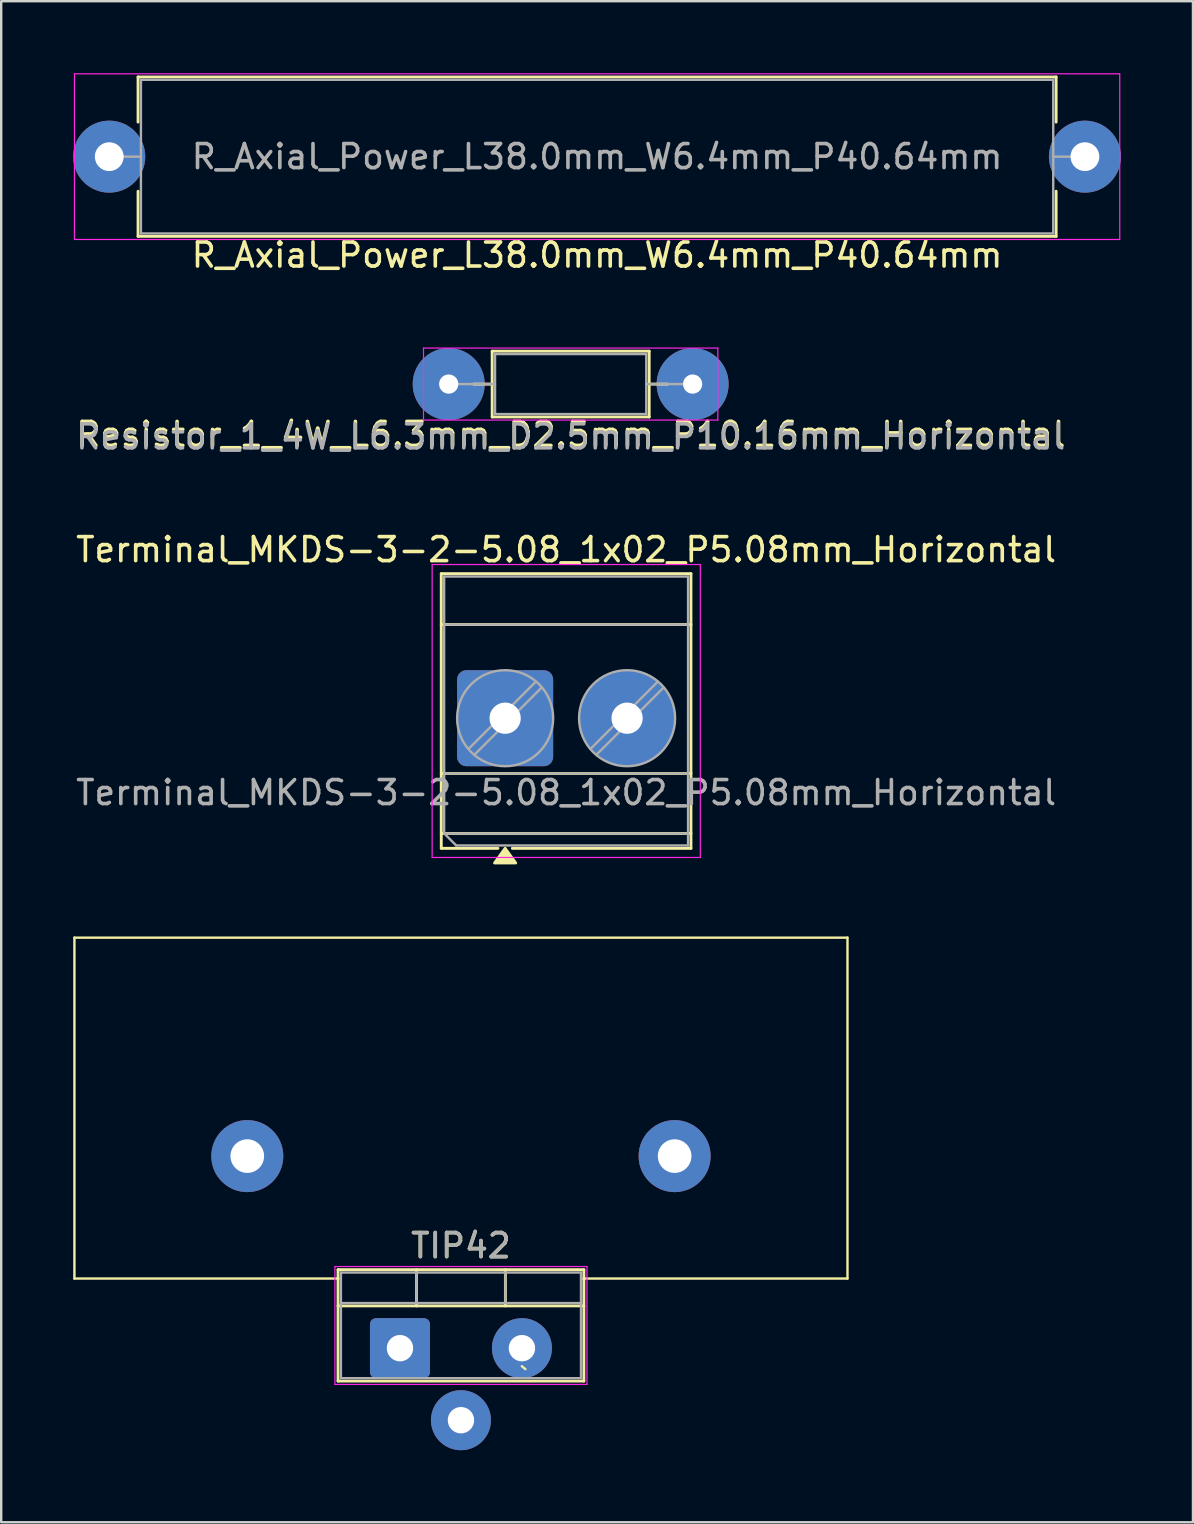
<source format=kicad_pcb>
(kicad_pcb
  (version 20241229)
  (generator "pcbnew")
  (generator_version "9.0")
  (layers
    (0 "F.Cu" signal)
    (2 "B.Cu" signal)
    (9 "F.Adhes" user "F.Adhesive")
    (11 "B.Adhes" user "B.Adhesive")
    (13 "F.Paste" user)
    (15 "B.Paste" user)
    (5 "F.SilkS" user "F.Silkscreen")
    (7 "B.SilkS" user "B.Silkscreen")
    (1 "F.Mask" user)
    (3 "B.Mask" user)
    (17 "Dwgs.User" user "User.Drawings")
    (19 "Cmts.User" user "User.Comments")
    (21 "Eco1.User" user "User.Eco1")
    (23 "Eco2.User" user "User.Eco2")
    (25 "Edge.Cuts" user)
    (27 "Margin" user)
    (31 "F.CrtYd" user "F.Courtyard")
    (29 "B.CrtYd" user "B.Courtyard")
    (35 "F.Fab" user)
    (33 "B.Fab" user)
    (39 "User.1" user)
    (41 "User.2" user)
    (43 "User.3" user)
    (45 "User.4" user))
  (footprint "TIP42"
    (layer "F.Cu")
    (at 16.15 53.105)
    (property "Reference" "TIP42" (at 0 -4.27 0) (layer "F.SilkS") (effects (font (size 1 1) (thickness 0.15))))
    (attr through_hole)
    (fp_line (start -16.1 -17.1) (end 16.1 -17.1) (stroke (width 0.1) (type default)) (layer "F.SilkS"))
    (fp_line (start -16.1 -2.9) (end -16.1 -17.1) (stroke (width 0.1) (type default)) (layer "F.SilkS"))
    (fp_line (start -5.12 -3.27) (end -5.12 1.371) (stroke (width 0.12) (type solid)) (layer "F.SilkS"))
    (fp_line (start -5.12 -3.27) (end 5.12 -3.27) (stroke (width 0.12) (type solid)) (layer "F.SilkS"))
    (fp_line (start -5.12 -1.76) (end 5.12 -1.76) (stroke (width 0.12) (type solid)) (layer "F.SilkS"))
    (fp_line (start -5.12 1.371) (end 5.12 1.371) (stroke (width 0.12) (type solid)) (layer "F.SilkS"))
    (fp_line (start -5.1 -2.9) (end -16.1 -2.9) (stroke (width 0.1) (type default)) (layer "F.SilkS"))
    (fp_line (start -1.85 -3.27) (end -1.85 -1.76) (stroke (width 0.12) (type solid)) (layer "F.SilkS"))
    (fp_line (start 1.851 -3.27) (end 1.851 -1.76) (stroke (width 0.12) (type solid)) (layer "F.SilkS"))
    (fp_line (start 2.535 0.75) (end 2.685 0.875) (stroke (width 0.1) (type default)) (layer "F.SilkS"))
    (fp_line (start 5.1 -2.9) (end 16.1 -2.9) (stroke (width 0.1) (type default)) (layer "F.SilkS"))
    (fp_line (start 5.12 -3.27) (end 5.12 1.371) (stroke (width 0.12) (type solid)) (layer "F.SilkS"))
    (fp_line (start 16.1 -2.9) (end 16.1 -17.1) (stroke (width 0.1) (type default)) (layer "F.SilkS"))
    (fp_circle (center 2.54 0) (end 2.165 -0.207) (stroke (width 0.1) (type default)) (fill no) (layer "F.SilkS"))
    (fp_line (start -5.25 -3.4) (end -5.25 1.51) (stroke (width 0.05) (type solid)) (layer "F.CrtYd"))
    (fp_line (start -5.25 1.51) (end 5.25 1.51) (stroke (width 0.05) (type solid)) (layer "F.CrtYd"))
    (fp_line (start 5.25 -3.4) (end -5.25 -3.4) (stroke (width 0.05) (type solid)) (layer "F.CrtYd"))
    (fp_line (start 5.25 1.51) (end 5.25 -3.4) (stroke (width 0.05) (type solid)) (layer "F.CrtYd"))
    (fp_line (start -5 -3.15) (end -5 1.25) (stroke (width 0.1) (type solid)) (layer "F.Fab"))
    (fp_line (start -5 -1.88) (end 5 -1.88) (stroke (width 0.1) (type solid)) (layer "F.Fab"))
    (fp_line (start -5 1.25) (end 5 1.25) (stroke (width 0.1) (type solid)) (layer "F.Fab"))
    (fp_line (start -1.85 -3.15) (end -1.85 -1.88) (stroke (width 0.1) (type solid)) (layer "F.Fab"))
    (fp_line (start 1.85 -3.15) (end 1.85 -1.88) (stroke (width 0.1) (type solid)) (layer "F.Fab"))
    (fp_line (start 5 -3.15) (end -5 -3.15) (stroke (width 0.1) (type solid)) (layer "F.Fab"))
    (fp_line (start 5 1.25) (end 5 -3.15) (stroke (width 0.1) (type solid)) (layer "F.Fab"))
    (fp_text user "${REFERENCE}" (at 0 -4.27 0) (layer "F.Fab") (effects (font (size 1 1) (thickness 0.15))))
    (pad "1" thru_hole roundrect (at -2.54 0) (size 2.5 2.5) (drill 1.1) (layers "*.Cu" "*.Mask") (roundrect_rratio 0.1))
    (pad "2" thru_hole oval (at 0 3) (size 2.5 2.5) (drill 1.1) (layers "*.Cu" "*.Mask"))
    (pad "3" thru_hole circle (at 2.54 0) (size 2.5 2.5) (drill 1.1) (layers "*.Cu" "*.Mask"))
    (pad "4" thru_hole circle (at -8.9 -8) (size 3 3) (drill 1.4) (layers "*.Cu" "*.Mask"))
    (pad "5" thru_hole circle (at 8.9 -8) (size 3 3) (drill 1.4) (layers "*.Cu" "*.Mask")))
  (footprint "R_Axial_Power_L38.0mm_W6.4mm_P40.64mm"
    (layer "F.Cu")
    (at 21.82 3.475)
    (property "Reference" "R_Axial_Power_L38.0mm_W6.4mm_P40.64mm" (at 0 4.1 0) (layer "F.SilkS") (effects (font (size 1 1) (thickness 0.15))))
    (attr through_hole)
    (fp_line (start -19.12 -3.32) (end 19.12 -3.32) (stroke (width 0.12) (type solid)) (layer "F.SilkS"))
    (fp_line (start -19.12 -1.44) (end -19.12 -3.32) (stroke (width 0.12) (type solid)) (layer "F.SilkS"))
    (fp_line (start -19.12 1.44) (end -19.12 3.32) (stroke (width 0.12) (type solid)) (layer "F.SilkS"))
    (fp_line (start -19.12 3.32) (end 19.12 3.32) (stroke (width 0.12) (type solid)) (layer "F.SilkS"))
    (fp_line (start 19.12 -3.32) (end 19.12 -1.44) (stroke (width 0.12) (type solid)) (layer "F.SilkS"))
    (fp_line (start 19.12 3.32) (end 19.12 1.44) (stroke (width 0.12) (type solid)) (layer "F.SilkS"))
    (fp_line (start -21.77 -3.45) (end -21.77 3.45) (stroke (width 0.05) (type solid)) (layer "F.CrtYd"))
    (fp_line (start -21.77 3.45) (end 21.77 3.45) (stroke (width 0.05) (type solid)) (layer "F.CrtYd"))
    (fp_line (start 21.77 -3.45) (end -21.77 -3.45) (stroke (width 0.05) (type solid)) (layer "F.CrtYd"))
    (fp_line (start 21.77 3.45) (end 21.77 -3.45) (stroke (width 0.05) (type solid)) (layer "F.CrtYd"))
    (fp_line (start -20.32 0) (end -19 0) (stroke (width 0.1) (type solid)) (layer "F.Fab"))
    (fp_line (start -19 -3.2) (end -19 3.2) (stroke (width 0.1) (type solid)) (layer "F.Fab"))
    (fp_line (start -19 3.2) (end 19 3.2) (stroke (width 0.1) (type solid)) (layer "F.Fab"))
    (fp_line (start 19 -3.2) (end -19 -3.2) (stroke (width 0.1) (type solid)) (layer "F.Fab"))
    (fp_line (start 19 3.2) (end 19 -3.2) (stroke (width 0.1) (type solid)) (layer "F.Fab"))
    (fp_line (start 20.32 0) (end 19 0) (stroke (width 0.1) (type solid)) (layer "F.Fab"))
    (fp_text user "${REFERENCE}" (at 0 0 0) (layer "F.Fab") (effects (font (size 1 1) (thickness 0.15))))
    (pad "1" thru_hole circle (at -20.32 0) (size 3 3) (drill 1.2) (layers "*.Cu" "*.Mask"))
    (pad "2" thru_hole circle (at 20.32 0) (size 3 3) (drill 1.2) (layers "*.Cu" "*.Mask")))
  (footprint "Terminal_MKDS-3-2-5.08_1x02_P5.08mm_Horizontal"
    (layer "F.Cu")
    (at 17.99 26.865)
    (property "Reference" "Terminal_MKDS-3-2-5.08_1x02_P5.08mm_Horizontal" (at 2.54 -7.02 0) (layer "F.SilkS") (effects (font (size 1 1) (thickness 0.15))))
    (attr through_hole)
    (fp_line (start -2.66 -6.02) (end -2.66 5.42) (stroke (width 0.12) (type solid)) (layer "F.SilkS"))
    (fp_line (start -2.66 -6.02) (end 7.74 -6.02) (stroke (width 0.12) (type solid)) (layer "F.SilkS"))
    (fp_line (start -2.66 -3.9) (end 7.74 -3.9) (stroke (width 0.12) (type solid)) (layer "F.SilkS"))
    (fp_line (start -2.66 2.3) (end 7.74 2.3) (stroke (width 0.12) (type solid)) (layer "F.SilkS"))
    (fp_line (start -2.66 4.8) (end 7.74 4.8) (stroke (width 0.12) (type solid)) (layer "F.SilkS"))
    (fp_line (start -2.66 5.42) (end -0.3 5.42) (stroke (width 0.12) (type solid)) (layer "F.SilkS"))
    (fp_line (start 0.3 5.42) (end 7.74 5.42) (stroke (width 0.12) (type solid)) (layer "F.SilkS"))
    (fp_line (start 7.74 -6.02) (end 7.74 5.42) (stroke (width 0.12) (type solid)) (layer "F.SilkS"))
    (fp_poly (pts (xy 0 5.42) (xy 0.44 6.03) (xy -0.44 6.03)) (stroke (width 0.12) (type solid)) (fill yes) (layer "F.SilkS"))
    (fp_line (start -3.04 -6.4) (end -3.04 5.8) (stroke (width 0.05) (type solid)) (layer "F.CrtYd"))
    (fp_line (start -3.04 5.8) (end 8.13 5.8) (stroke (width 0.05) (type solid)) (layer "F.CrtYd"))
    (fp_line (start 8.13 -6.4) (end -3.04 -6.4) (stroke (width 0.05) (type solid)) (layer "F.CrtYd"))
    (fp_line (start 8.13 5.8) (end 8.13 -6.4) (stroke (width 0.05) (type solid)) (layer "F.CrtYd"))
    (fp_line (start -2.54 -5.9) (end 7.62 -5.9) (stroke (width 0.1) (type solid)) (layer "F.Fab"))
    (fp_line (start -2.54 -3.9) (end 7.62 -3.9) (stroke (width 0.1) (type solid)) (layer "F.Fab"))
    (fp_line (start -2.54 2.3) (end 7.62 2.3) (stroke (width 0.1) (type solid)) (layer "F.Fab"))
    (fp_line (start -2.54 4.8) (end -2.54 -5.9) (stroke (width 0.1) (type solid)) (layer "F.Fab"))
    (fp_line (start -2.54 4.8) (end 7.62 4.8) (stroke (width 0.1) (type solid)) (layer "F.Fab"))
    (fp_line (start -2.04 5.3) (end -2.54 4.8) (stroke (width 0.1) (type solid)) (layer "F.Fab"))
    (fp_line (start 1.273 -1.517) (end -1.517 1.272) (stroke (width 0.1) (type solid)) (layer "F.Fab"))
    (fp_line (start 1.517 -1.273) (end -1.273 1.517) (stroke (width 0.1) (type solid)) (layer "F.Fab"))
    (fp_line (start 6.353 -1.517) (end 3.563 1.272) (stroke (width 0.1) (type solid)) (layer "F.Fab"))
    (fp_line (start 6.597 -1.273) (end 3.807 1.517) (stroke (width 0.1) (type solid)) (layer "F.Fab"))
    (fp_line (start 7.62 -5.9) (end 7.62 5.3) (stroke (width 0.1) (type solid)) (layer "F.Fab"))
    (fp_line (start 7.62 5.3) (end -2.04 5.3) (stroke (width 0.1) (type solid)) (layer "F.Fab"))
    (fp_circle (center 0 0) (end 2 0) (stroke (width 0.1) (type solid)) (fill no) (layer "F.Fab"))
    (fp_circle (center 5.08 0) (end 7.08 0) (stroke (width 0.1) (type solid)) (fill no) (layer "F.Fab"))
    (fp_text user "${REFERENCE}" (at 2.54 3.1 0) (layer "F.Fab") (effects (font (size 1 1) (thickness 0.15))))
    (pad "1" thru_hole roundrect (at 0 0) (size 4 4) (drill 1.3) (layers "*.Cu" "*.Mask") (roundrect_rratio 0.096))
    (pad "2" thru_hole circle (at 5.08 0) (size 4 4) (drill 1.3) (layers "*.Cu" "*.Mask")))
  (footprint "Resistor_1_4W_L6.3mm_D2.5mm_P10.16mm_Horizontal"
    (layer "F.Cu")
    (at 20.72 12.948)
    (property "Reference" "Resistor_1_4W_L6.3mm_D2.5mm_P10.16mm_Horizontal" (at 0.01 2.1 0) (layer "F.SilkS") (effects (font (size 1 1) (thickness 0.15))))
    (attr through_hole)
    (fp_line (start -4.04 0) (end -3.27 0) (stroke (width 0.12) (type solid)) (layer "F.SilkS"))
    (fp_line (start -3.27 -1.37) (end -3.27 1.37) (stroke (width 0.12) (type solid)) (layer "F.SilkS"))
    (fp_line (start -3.27 1.37) (end 3.27 1.37) (stroke (width 0.12) (type solid)) (layer "F.SilkS"))
    (fp_line (start 3.27 -1.37) (end -3.27 -1.37) (stroke (width 0.12) (type solid)) (layer "F.SilkS"))
    (fp_line (start 3.27 1.37) (end 3.27 -1.37) (stroke (width 0.12) (type solid)) (layer "F.SilkS"))
    (fp_line (start 4.04 0) (end 3.27 0) (stroke (width 0.12) (type solid)) (layer "F.SilkS"))
    (fp_line (start -6.13 -1.5) (end -6.13 1.5) (stroke (width 0.05) (type solid)) (layer "F.CrtYd"))
    (fp_line (start -6.13 1.5) (end 6.13 1.5) (stroke (width 0.05) (type solid)) (layer "F.CrtYd"))
    (fp_line (start 6.13 -1.5) (end -6.13 -1.5) (stroke (width 0.05) (type solid)) (layer "F.CrtYd"))
    (fp_line (start 6.13 1.5) (end 6.13 -1.5) (stroke (width 0.05) (type solid)) (layer "F.CrtYd"))
    (fp_line (start -5.08 0) (end -3.15 0) (stroke (width 0.1) (type solid)) (layer "F.Fab"))
    (fp_line (start -3.15 -1.25) (end -3.15 1.25) (stroke (width 0.1) (type solid)) (layer "F.Fab"))
    (fp_line (start -3.15 1.25) (end 3.15 1.25) (stroke (width 0.1) (type solid)) (layer "F.Fab"))
    (fp_line (start 3.15 -1.25) (end -3.15 -1.25) (stroke (width 0.1) (type solid)) (layer "F.Fab"))
    (fp_line (start 3.15 1.25) (end 3.15 -1.25) (stroke (width 0.1) (type solid)) (layer "F.Fab"))
    (fp_line (start 5.08 0) (end 3.15 0) (stroke (width 0.1) (type solid)) (layer "F.Fab"))
    (fp_text user "${REFERENCE}" (at 0 2.2 0) (layer "F.Fab") (effects (font (size 1 1) (thickness 0.15))))
    (pad "1" thru_hole circle (at -5.08 0) (size 3 3) (drill 0.8) (layers "*.Cu" "*.Mask"))
    (pad "2" thru_hole circle (at 5.08 0) (size 3 3) (drill 0.8) (layers "*.Cu" "*.Mask")))
  (gr_rect
    (start -3 -3)
    (end 46.64 60.355)
    (stroke (width 0.1) (type default))
    (fill no)
    (layer "Edge.Cuts")))
</source>
